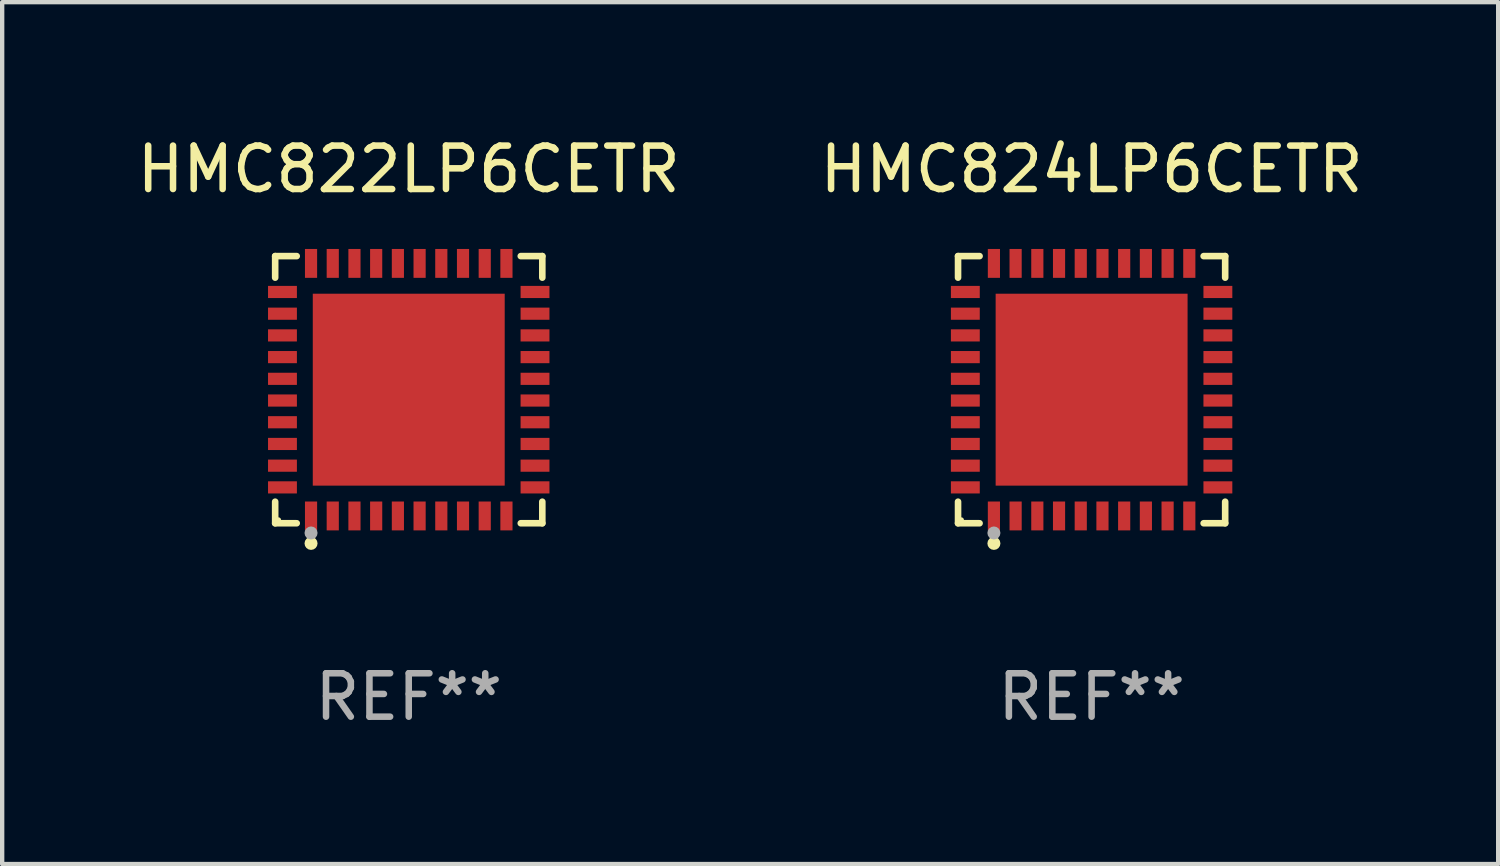
<source format=kicad_pcb>
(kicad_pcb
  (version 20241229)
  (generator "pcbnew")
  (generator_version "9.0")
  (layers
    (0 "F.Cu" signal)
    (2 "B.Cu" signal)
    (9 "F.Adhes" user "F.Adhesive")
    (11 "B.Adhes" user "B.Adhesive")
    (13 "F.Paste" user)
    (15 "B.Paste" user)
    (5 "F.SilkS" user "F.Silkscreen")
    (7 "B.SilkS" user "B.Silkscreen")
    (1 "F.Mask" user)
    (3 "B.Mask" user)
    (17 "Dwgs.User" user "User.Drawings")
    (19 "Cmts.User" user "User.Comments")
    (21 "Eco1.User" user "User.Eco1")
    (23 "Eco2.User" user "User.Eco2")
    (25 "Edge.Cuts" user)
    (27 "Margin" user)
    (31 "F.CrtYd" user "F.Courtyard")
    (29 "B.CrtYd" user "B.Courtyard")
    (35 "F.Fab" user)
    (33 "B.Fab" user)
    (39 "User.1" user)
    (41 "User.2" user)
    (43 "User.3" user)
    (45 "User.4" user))
  (footprint "HMC822LP6CETR"
    (layer "F.Cu")
    (at 6.363 5.924)
    (property "Reference" "HMC822LP6CETR" (at 0 -5.076 0) (layer "F.SilkS") (effects (font (size 1 1) (thickness 0.15))))
    (attr through_hole)
    (fp_line (start -3.076 -3.076) (end -2.58 -3.076) (stroke (width 0.152) (type solid)) (layer "F.SilkS"))
    (fp_line (start -3.076 -2.58) (end -3.076 -3.076) (stroke (width 0.152) (type solid)) (layer "F.SilkS"))
    (fp_line (start -3.076 2.58) (end -3.076 3.076) (stroke (width 0.152) (type solid)) (layer "F.SilkS"))
    (fp_line (start -3.076 3.076) (end -2.58 3.076) (stroke (width 0.152) (type solid)) (layer "F.SilkS"))
    (fp_line (start 3.076 -3.076) (end 2.58 -3.076) (stroke (width 0.152) (type solid)) (layer "F.SilkS"))
    (fp_line (start 3.076 -2.58) (end 3.076 -3.076) (stroke (width 0.152) (type solid)) (layer "F.SilkS"))
    (fp_line (start 3.076 2.58) (end 3.076 3.076) (stroke (width 0.152) (type solid)) (layer "F.SilkS"))
    (fp_line (start 3.076 3.076) (end 2.58 3.076) (stroke (width 0.152) (type solid)) (layer "F.SilkS"))
    (fp_circle (center -3 3) (end -2.97 3) (stroke (width 0.06) (type solid)) (fill no) (layer "F.SilkS"))
    (fp_circle (center -2.25 3.54) (end -2.175 3.54) (stroke (width 0.15) (type solid)) (fill no) (layer "F.SilkS"))
    (fp_circle (center -2.25 3.3) (end -2.175 3.3) (stroke (width 0.15) (type solid)) (fill no) (layer "F.Fab"))
    (fp_text user "REF**" (at 0 7.076 0) (layer "F.Fab") (effects (font (size 1 1) (thickness 0.15))))
    (pad "1" smd rect (at -2.25 2.908) (size 0.28 0.665) (layers "F.Cu" "F.Mask" "F.Paste"))
    (pad "2" smd rect (at -1.75 2.908) (size 0.28 0.665) (layers "F.Cu" "F.Mask" "F.Paste"))
    (pad "3" smd rect (at -1.25 2.908) (size 0.28 0.665) (layers "F.Cu" "F.Mask" "F.Paste"))
    (pad "4" smd rect (at -0.75 2.908) (size 0.28 0.665) (layers "F.Cu" "F.Mask" "F.Paste"))
    (pad "5" smd rect (at -0.25 2.908) (size 0.28 0.665) (layers "F.Cu" "F.Mask" "F.Paste"))
    (pad "6" smd rect (at 0.25 2.908) (size 0.28 0.665) (layers "F.Cu" "F.Mask" "F.Paste"))
    (pad "7" smd rect (at 0.75 2.908) (size 0.28 0.665) (layers "F.Cu" "F.Mask" "F.Paste"))
    (pad "8" smd rect (at 1.25 2.908) (size 0.28 0.665) (layers "F.Cu" "F.Mask" "F.Paste"))
    (pad "9" smd rect (at 1.75 2.908) (size 0.28 0.665) (layers "F.Cu" "F.Mask" "F.Paste"))
    (pad "10" smd rect (at 2.25 2.908) (size 0.28 0.665) (layers "F.Cu" "F.Mask" "F.Paste"))
    (pad "11" smd rect (at 2.908 2.25) (size 0.665 0.28) (layers "F.Cu" "F.Mask" "F.Paste"))
    (pad "12" smd rect (at 2.908 1.75) (size 0.665 0.28) (layers "F.Cu" "F.Mask" "F.Paste"))
    (pad "13" smd rect (at 2.908 1.25) (size 0.665 0.28) (layers "F.Cu" "F.Mask" "F.Paste"))
    (pad "14" smd rect (at 2.908 0.75) (size 0.665 0.28) (layers "F.Cu" "F.Mask" "F.Paste"))
    (pad "15" smd rect (at 2.908 0.25) (size 0.665 0.28) (layers "F.Cu" "F.Mask" "F.Paste"))
    (pad "16" smd rect (at 2.908 -0.25) (size 0.665 0.28) (layers "F.Cu" "F.Mask" "F.Paste"))
    (pad "17" smd rect (at 2.908 -0.75) (size 0.665 0.28) (layers "F.Cu" "F.Mask" "F.Paste"))
    (pad "18" smd rect (at 2.908 -1.25) (size 0.665 0.28) (layers "F.Cu" "F.Mask" "F.Paste"))
    (pad "19" smd rect (at 2.908 -1.75) (size 0.665 0.28) (layers "F.Cu" "F.Mask" "F.Paste"))
    (pad "20" smd rect (at 2.908 -2.25) (size 0.665 0.28) (layers "F.Cu" "F.Mask" "F.Paste"))
    (pad "21" smd rect (at 2.25 -2.908) (size 0.28 0.665) (layers "F.Cu" "F.Mask" "F.Paste"))
    (pad "22" smd rect (at 1.75 -2.908) (size 0.28 0.665) (layers "F.Cu" "F.Mask" "F.Paste"))
    (pad "23" smd rect (at 1.25 -2.908) (size 0.28 0.665) (layers "F.Cu" "F.Mask" "F.Paste"))
    (pad "24" smd rect (at 0.75 -2.908) (size 0.28 0.665) (layers "F.Cu" "F.Mask" "F.Paste"))
    (pad "25" smd rect (at 0.25 -2.908) (size 0.28 0.665) (layers "F.Cu" "F.Mask" "F.Paste"))
    (pad "26" smd rect (at -0.25 -2.908) (size 0.28 0.665) (layers "F.Cu" "F.Mask" "F.Paste"))
    (pad "27" smd rect (at -0.75 -2.908) (size 0.28 0.665) (layers "F.Cu" "F.Mask" "F.Paste"))
    (pad "28" smd rect (at -1.25 -2.908) (size 0.28 0.665) (layers "F.Cu" "F.Mask" "F.Paste"))
    (pad "29" smd rect (at -1.75 -2.908) (size 0.28 0.665) (layers "F.Cu" "F.Mask" "F.Paste"))
    (pad "30" smd rect (at -2.25 -2.908) (size 0.28 0.665) (layers "F.Cu" "F.Mask" "F.Paste"))
    (pad "31" smd rect (at -2.908 -2.25) (size 0.665 0.28) (layers "F.Cu" "F.Mask" "F.Paste"))
    (pad "32" smd rect (at -2.908 -1.75) (size 0.665 0.28) (layers "F.Cu" "F.Mask" "F.Paste"))
    (pad "33" smd rect (at -2.908 -1.25) (size 0.665 0.28) (layers "F.Cu" "F.Mask" "F.Paste"))
    (pad "34" smd rect (at -2.908 -0.75) (size 0.665 0.28) (layers "F.Cu" "F.Mask" "F.Paste"))
    (pad "35" smd rect (at -2.908 -0.25) (size 0.665 0.28) (layers "F.Cu" "F.Mask" "F.Paste"))
    (pad "36" smd rect (at -2.908 0.25) (size 0.665 0.28) (layers "F.Cu" "F.Mask" "F.Paste"))
    (pad "37" smd rect (at -2.908 0.75) (size 0.665 0.28) (layers "F.Cu" "F.Mask" "F.Paste"))
    (pad "38" smd rect (at -2.908 1.25) (size 0.665 0.28) (layers "F.Cu" "F.Mask" "F.Paste"))
    (pad "39" smd rect (at -2.908 1.75) (size 0.665 0.28) (layers "F.Cu" "F.Mask" "F.Paste"))
    (pad "40" smd rect (at -2.908 2.25) (size 0.665 0.28) (layers "F.Cu" "F.Mask" "F.Paste"))
    (pad "41" smd rect (at 0 0) (size 4.42 4.42) (layers "F.Cu" "F.Mask" "F.Paste")))
  (footprint "HMC824LP6CETR"
    (layer "F.Cu")
    (at 22.089 5.924)
    (property "Reference" "HMC824LP6CETR" (at 0 -5.076 0) (layer "F.SilkS") (effects (font (size 1 1) (thickness 0.15))))
    (attr through_hole)
    (fp_line (start -3.076 -3.076) (end -2.58 -3.076) (stroke (width 0.152) (type solid)) (layer "F.SilkS"))
    (fp_line (start -3.076 -2.58) (end -3.076 -3.076) (stroke (width 0.152) (type solid)) (layer "F.SilkS"))
    (fp_line (start -3.076 2.58) (end -3.076 3.076) (stroke (width 0.152) (type solid)) (layer "F.SilkS"))
    (fp_line (start -3.076 3.076) (end -2.58 3.076) (stroke (width 0.152) (type solid)) (layer "F.SilkS"))
    (fp_line (start 3.076 -3.076) (end 2.58 -3.076) (stroke (width 0.152) (type solid)) (layer "F.SilkS"))
    (fp_line (start 3.076 -2.58) (end 3.076 -3.076) (stroke (width 0.152) (type solid)) (layer "F.SilkS"))
    (fp_line (start 3.076 2.58) (end 3.076 3.076) (stroke (width 0.152) (type solid)) (layer "F.SilkS"))
    (fp_line (start 3.076 3.076) (end 2.58 3.076) (stroke (width 0.152) (type solid)) (layer "F.SilkS"))
    (fp_circle (center -3 3) (end -2.97 3) (stroke (width 0.06) (type solid)) (fill no) (layer "F.SilkS"))
    (fp_circle (center -2.25 3.54) (end -2.175 3.54) (stroke (width 0.15) (type solid)) (fill no) (layer "F.SilkS"))
    (fp_circle (center -2.25 3.3) (end -2.175 3.3) (stroke (width 0.15) (type solid)) (fill no) (layer "F.Fab"))
    (fp_text user "REF**" (at 0 7.076 0) (layer "F.Fab") (effects (font (size 1 1) (thickness 0.15))))
    (pad "1" smd rect (at -2.25 2.908) (size 0.28 0.665) (layers "F.Cu" "F.Mask" "F.Paste"))
    (pad "2" smd rect (at -1.75 2.908) (size 0.28 0.665) (layers "F.Cu" "F.Mask" "F.Paste"))
    (pad "3" smd rect (at -1.25 2.908) (size 0.28 0.665) (layers "F.Cu" "F.Mask" "F.Paste"))
    (pad "4" smd rect (at -0.75 2.908) (size 0.28 0.665) (layers "F.Cu" "F.Mask" "F.Paste"))
    (pad "5" smd rect (at -0.25 2.908) (size 0.28 0.665) (layers "F.Cu" "F.Mask" "F.Paste"))
    (pad "6" smd rect (at 0.25 2.908) (size 0.28 0.665) (layers "F.Cu" "F.Mask" "F.Paste"))
    (pad "7" smd rect (at 0.75 2.908) (size 0.28 0.665) (layers "F.Cu" "F.Mask" "F.Paste"))
    (pad "8" smd rect (at 1.25 2.908) (size 0.28 0.665) (layers "F.Cu" "F.Mask" "F.Paste"))
    (pad "9" smd rect (at 1.75 2.908) (size 0.28 0.665) (layers "F.Cu" "F.Mask" "F.Paste"))
    (pad "10" smd rect (at 2.25 2.908) (size 0.28 0.665) (layers "F.Cu" "F.Mask" "F.Paste"))
    (pad "11" smd rect (at 2.908 2.25) (size 0.665 0.28) (layers "F.Cu" "F.Mask" "F.Paste"))
    (pad "12" smd rect (at 2.908 1.75) (size 0.665 0.28) (layers "F.Cu" "F.Mask" "F.Paste"))
    (pad "13" smd rect (at 2.908 1.25) (size 0.665 0.28) (layers "F.Cu" "F.Mask" "F.Paste"))
    (pad "14" smd rect (at 2.908 0.75) (size 0.665 0.28) (layers "F.Cu" "F.Mask" "F.Paste"))
    (pad "15" smd rect (at 2.908 0.25) (size 0.665 0.28) (layers "F.Cu" "F.Mask" "F.Paste"))
    (pad "16" smd rect (at 2.908 -0.25) (size 0.665 0.28) (layers "F.Cu" "F.Mask" "F.Paste"))
    (pad "17" smd rect (at 2.908 -0.75) (size 0.665 0.28) (layers "F.Cu" "F.Mask" "F.Paste"))
    (pad "18" smd rect (at 2.908 -1.25) (size 0.665 0.28) (layers "F.Cu" "F.Mask" "F.Paste"))
    (pad "19" smd rect (at 2.908 -1.75) (size 0.665 0.28) (layers "F.Cu" "F.Mask" "F.Paste"))
    (pad "20" smd rect (at 2.908 -2.25) (size 0.665 0.28) (layers "F.Cu" "F.Mask" "F.Paste"))
    (pad "21" smd rect (at 2.25 -2.908) (size 0.28 0.665) (layers "F.Cu" "F.Mask" "F.Paste"))
    (pad "22" smd rect (at 1.75 -2.908) (size 0.28 0.665) (layers "F.Cu" "F.Mask" "F.Paste"))
    (pad "23" smd rect (at 1.25 -2.908) (size 0.28 0.665) (layers "F.Cu" "F.Mask" "F.Paste"))
    (pad "24" smd rect (at 0.75 -2.908) (size 0.28 0.665) (layers "F.Cu" "F.Mask" "F.Paste"))
    (pad "25" smd rect (at 0.25 -2.908) (size 0.28 0.665) (layers "F.Cu" "F.Mask" "F.Paste"))
    (pad "26" smd rect (at -0.25 -2.908) (size 0.28 0.665) (layers "F.Cu" "F.Mask" "F.Paste"))
    (pad "27" smd rect (at -0.75 -2.908) (size 0.28 0.665) (layers "F.Cu" "F.Mask" "F.Paste"))
    (pad "28" smd rect (at -1.25 -2.908) (size 0.28 0.665) (layers "F.Cu" "F.Mask" "F.Paste"))
    (pad "29" smd rect (at -1.75 -2.908) (size 0.28 0.665) (layers "F.Cu" "F.Mask" "F.Paste"))
    (pad "30" smd rect (at -2.25 -2.908) (size 0.28 0.665) (layers "F.Cu" "F.Mask" "F.Paste"))
    (pad "31" smd rect (at -2.908 -2.25) (size 0.665 0.28) (layers "F.Cu" "F.Mask" "F.Paste"))
    (pad "32" smd rect (at -2.908 -1.75) (size 0.665 0.28) (layers "F.Cu" "F.Mask" "F.Paste"))
    (pad "33" smd rect (at -2.908 -1.25) (size 0.665 0.28) (layers "F.Cu" "F.Mask" "F.Paste"))
    (pad "34" smd rect (at -2.908 -0.75) (size 0.665 0.28) (layers "F.Cu" "F.Mask" "F.Paste"))
    (pad "35" smd rect (at -2.908 -0.25) (size 0.665 0.28) (layers "F.Cu" "F.Mask" "F.Paste"))
    (pad "36" smd rect (at -2.908 0.25) (size 0.665 0.28) (layers "F.Cu" "F.Mask" "F.Paste"))
    (pad "37" smd rect (at -2.908 0.75) (size 0.665 0.28) (layers "F.Cu" "F.Mask" "F.Paste"))
    (pad "38" smd rect (at -2.908 1.25) (size 0.665 0.28) (layers "F.Cu" "F.Mask" "F.Paste"))
    (pad "39" smd rect (at -2.908 1.75) (size 0.665 0.28) (layers "F.Cu" "F.Mask" "F.Paste"))
    (pad "40" smd rect (at -2.908 2.25) (size 0.665 0.28) (layers "F.Cu" "F.Mask" "F.Paste"))
    (pad "41" smd rect (at 0 0) (size 4.42 4.42) (layers "F.Cu" "F.Mask" "F.Paste")))
  (gr_rect
    (start -3 -3)
    (end 31.452 16.849)
    (stroke (width 0.1) (type default))
    (fill no)
    (layer "Edge.Cuts")))
</source>
